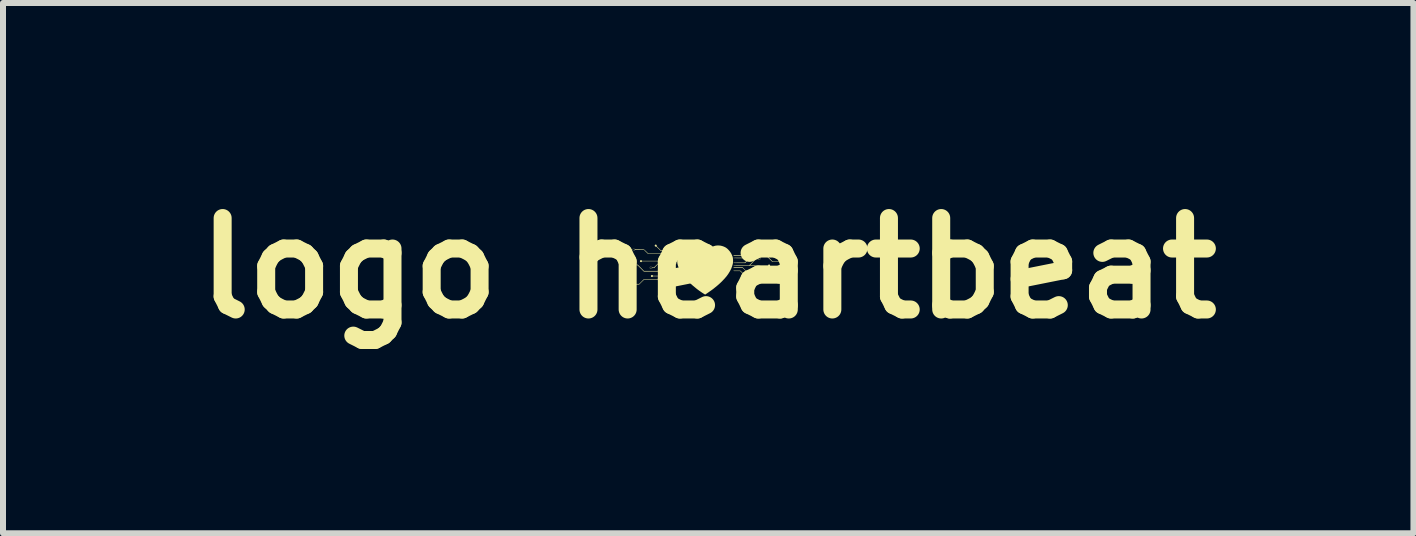
<source format=kicad_pcb>
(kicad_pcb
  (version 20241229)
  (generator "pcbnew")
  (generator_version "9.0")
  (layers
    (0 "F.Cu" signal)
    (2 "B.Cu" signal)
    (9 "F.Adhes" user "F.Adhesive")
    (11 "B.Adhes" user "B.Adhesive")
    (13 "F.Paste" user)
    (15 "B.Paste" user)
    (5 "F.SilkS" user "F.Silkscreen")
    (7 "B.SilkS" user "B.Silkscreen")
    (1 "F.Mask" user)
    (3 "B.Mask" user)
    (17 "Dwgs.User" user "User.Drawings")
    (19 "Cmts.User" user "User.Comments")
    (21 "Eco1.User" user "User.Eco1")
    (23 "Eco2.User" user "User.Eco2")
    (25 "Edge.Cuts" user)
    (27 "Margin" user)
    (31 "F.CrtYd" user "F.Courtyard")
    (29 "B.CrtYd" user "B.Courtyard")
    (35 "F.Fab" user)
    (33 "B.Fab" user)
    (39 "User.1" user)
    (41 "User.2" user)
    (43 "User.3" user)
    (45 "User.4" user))
  (footprint "logo heartbeat"
    (layer "F.Cu")
    (at 8.752 1.418)
    (property "Reference" "logo heartbeat" (at 0 0 0) (layer "F.SilkS") (effects (font (size 1.524 1.524) (thickness 0.3))))
    (attr board_only exclude_from_pos_files exclude_from_bom)
    (fp_poly (pts (xy -0.589 0.005) (xy -0.57 0.005) (xy -0.555 0.005) (xy -0.544 0.005) (xy -0.536 0.006) (xy -0.531 0.006) (xy -0.528 0.007) (xy -0.526 0.008) (xy -0.526 0.009) (xy -0.526 0.01) (xy -0.528 0.01) (xy -0.532 0.011) (xy -0.538 0.012) (xy -0.547 0.012) (xy -0.559 0.012) (xy -0.574 0.012) (xy -0.594 0.012) (xy -0.609 0.012) (xy -0.693 0.012) (xy -0.754 0.074) (xy -0.816 0.136) (xy -0.918 0.136) (xy -0.925 0.142) (xy -0.932 0.147) (xy -0.941 0.148) (xy -0.949 0.145) (xy -0.951 0.143) (xy -0.955 0.135) (xy -0.955 0.127) (xy -0.95 0.12) (xy -0.942 0.115) (xy -0.934 0.114) (xy -0.927 0.119) (xy -0.925 0.121) (xy -0.919 0.128) (xy -0.821 0.128) (xy -0.759 0.067) (xy -0.743 0.051) (xy -0.738 0.051) (xy -0.737 0.052) (xy -0.736 0.051) (xy -0.737 0.049) (xy -0.738 0.051) (xy -0.743 0.051) (xy -0.698 0.005) (xy -0.612 0.005)) (stroke (width 0) (type solid)) (fill yes) (layer "F.SilkS"))
    (fp_poly (pts (xy -0.867 -0.39) (xy -0.861 -0.385) (xy -0.858 -0.377) (xy -0.858 -0.372) (xy -0.858 -0.369) (xy -0.857 -0.366) (xy -0.855 -0.363) (xy -0.852 -0.358) (xy -0.845 -0.351) (xy -0.837 -0.342) (xy -0.825 -0.331) (xy -0.791 -0.296) (xy -0.725 -0.296) (xy -0.638 -0.21) (xy -0.582 -0.21) (xy -0.564 -0.21) (xy -0.55 -0.21) (xy -0.54 -0.209) (xy -0.533 -0.209) (xy -0.529 -0.208) (xy -0.527 -0.207) (xy -0.526 -0.206) (xy -0.526 -0.206) (xy -0.527 -0.205) (xy -0.529 -0.204) (xy -0.533 -0.203) (xy -0.54 -0.203) (xy -0.55 -0.203) (xy -0.563 -0.203) (xy -0.581 -0.202) (xy -0.584 -0.202) (xy -0.642 -0.202) (xy -0.729 -0.289) (xy -0.794 -0.289) (xy -0.829 -0.324) (xy -0.841 -0.336) (xy -0.851 -0.345) (xy -0.857 -0.352) (xy -0.862 -0.356) (xy -0.866 -0.358) (xy -0.869 -0.359) (xy -0.872 -0.359) (xy -0.88 -0.359) (xy -0.885 -0.362) (xy -0.89 -0.367) (xy -0.892 -0.374) (xy -0.89 -0.382) (xy -0.885 -0.388) (xy -0.879 -0.392) (xy -0.874 -0.393)) (stroke (width 0) (type solid)) (fill yes) (layer "F.SilkS"))
    (fp_poly (pts (xy 0.623 0.128) (xy 0.688 0.128) (xy 0.723 0.164) (xy 0.735 0.176) (xy 0.744 0.185) (xy 0.751 0.191) (xy 0.756 0.195) (xy 0.76 0.197) (xy 0.763 0.198) (xy 0.766 0.198) (xy 0.775 0.199) (xy 0.781 0.203) (xy 0.785 0.21) (xy 0.785 0.214) (xy 0.783 0.222) (xy 0.778 0.229) (xy 0.772 0.232) (xy 0.764 0.231) (xy 0.757 0.227) (xy 0.756 0.225) (xy 0.752 0.218) (xy 0.752 0.212) (xy 0.752 0.209) (xy 0.751 0.206) (xy 0.749 0.202) (xy 0.745 0.197) (xy 0.739 0.19) (xy 0.73 0.181) (xy 0.719 0.17) (xy 0.685 0.136) (xy 0.619 0.136) (xy 0.532 0.049) (xy 0.476 0.049) (xy 0.458 0.049) (xy 0.444 0.049) (xy 0.434 0.049) (xy 0.427 0.048) (xy 0.423 0.048) (xy 0.42 0.047) (xy 0.42 0.046) (xy 0.42 0.046) (xy 0.42 0.044) (xy 0.422 0.044) (xy 0.427 0.043) (xy 0.433 0.042) (xy 0.443 0.042) (xy 0.457 0.042) (xy 0.475 0.042) (xy 0.478 0.042) (xy 0.536 0.042)) (stroke (width 0) (type solid)) (fill yes) (layer "F.SilkS"))
    (fp_poly (pts (xy 0.84 -0.307) (xy 0.846 -0.302) (xy 0.849 -0.295) (xy 0.849 -0.292) (xy 0.847 -0.285) (xy 0.842 -0.279) (xy 0.835 -0.275) (xy 0.831 -0.274) (xy 0.825 -0.276) (xy 0.819 -0.281) (xy 0.813 -0.289) (xy 0.715 -0.289) (xy 0.653 -0.227) (xy 0.591 -0.165) (xy 0.506 -0.165) (xy 0.483 -0.165) (xy 0.464 -0.166) (xy 0.449 -0.166) (xy 0.438 -0.166) (xy 0.43 -0.166) (xy 0.425 -0.167) (xy 0.422 -0.167) (xy 0.42 -0.168) (xy 0.42 -0.169) (xy 0.42 -0.17) (xy 0.422 -0.171) (xy 0.426 -0.172) (xy 0.432 -0.172) (xy 0.441 -0.172) (xy 0.452 -0.173) (xy 0.468 -0.173) (xy 0.488 -0.173) (xy 0.503 -0.173) (xy 0.587 -0.173) (xy 0.625 -0.211) (xy 0.63 -0.211) (xy 0.631 -0.21) (xy 0.632 -0.211) (xy 0.631 -0.212) (xy 0.63 -0.211) (xy 0.625 -0.211) (xy 0.648 -0.235) (xy 0.672 -0.258) (xy 0.677 -0.258) (xy 0.678 -0.257) (xy 0.679 -0.258) (xy 0.678 -0.259) (xy 0.677 -0.258) (xy 0.672 -0.258) (xy 0.71 -0.296) (xy 0.813 -0.296) (xy 0.818 -0.302) (xy 0.824 -0.307) (xy 0.832 -0.309)) (stroke (width 0) (type solid)) (fill yes) (layer "F.SilkS"))
    (fp_poly (pts (xy -0.598 -0.077) (xy -0.578 -0.076) (xy -0.562 -0.076) (xy -0.549 -0.076) (xy -0.54 -0.076) (xy -0.534 -0.075) (xy -0.529 -0.075) (xy -0.527 -0.074) (xy -0.526 -0.073) (xy -0.526 -0.073) (xy -0.526 -0.072) (xy -0.528 -0.071) (xy -0.532 -0.07) (xy -0.538 -0.07) (xy -0.546 -0.07) (xy -0.558 -0.069) (xy -0.573 -0.069) (xy -0.593 -0.069) (xy -0.615 -0.069) (xy -0.636 -0.069) (xy -0.656 -0.069) (xy -0.673 -0.069) (xy -0.687 -0.069) (xy -0.699 -0.069) (xy -0.707 -0.069) (xy -0.71 -0.069) (xy -0.713 -0.068) (xy -0.719 -0.063) (xy -0.727 -0.055) (xy -0.739 -0.044) (xy -0.754 -0.03) (xy -0.772 -0.012) (xy -0.778 -0.006) (xy -0.841 0.057) (xy -1.073 0.057) (xy -1.126 0.004) (xy -1.179 -0.049) (xy -1.324 -0.049) (xy -1.331 -0.042) (xy -1.339 -0.036) (xy -1.347 -0.035) (xy -1.354 -0.038) (xy -1.356 -0.04) (xy -1.36 -0.047) (xy -1.36 -0.055) (xy -1.358 -0.063) (xy -1.356 -0.065) (xy -1.349 -0.069) (xy -1.34 -0.069) (xy -1.333 -0.065) (xy -1.331 -0.063) (xy -1.325 -0.057) (xy -1.25 -0.057) (xy -1.174 -0.057) (xy -1.122 -0.005) (xy -1.071 0.047) (xy -0.843 0.047) (xy -0.782 -0.015) (xy -0.72 -0.077) (xy -0.623 -0.077)) (stroke (width 0) (type solid)) (fill yes) (layer "F.SilkS"))
    (fp_poly (pts (xy 0.486 -0.015) (xy 0.496 -0.015) (xy 0.572 -0.015) (xy 0.616 0.03) (xy 0.661 0.074) (xy 0.895 0.074) (xy 0.964 0.143) (xy 1.04 0.143) (xy 1.064 0.143) (xy 1.083 0.143) (xy 1.098 0.143) (xy 1.109 0.142) (xy 1.115 0.141) (xy 1.116 0.141) (xy 1.118 0.136) (xy 1.124 0.132) (xy 1.131 0.129) (xy 1.134 0.128) (xy 1.143 0.13) (xy 1.15 0.136) (xy 1.153 0.143) (xy 1.154 0.151) (xy 1.15 0.159) (xy 1.147 0.162) (xy 1.139 0.167) (xy 1.131 0.167) (xy 1.122 0.162) (xy 1.121 0.16) (xy 1.113 0.153) (xy 0.964 0.153) (xy 0.959 0.148) (xy 1.118 0.148) (xy 1.12 0.156) (xy 1.125 0.162) (xy 1.132 0.165) (xy 1.14 0.164) (xy 1.146 0.16) (xy 1.15 0.154) (xy 1.15 0.146) (xy 1.148 0.138) (xy 1.142 0.133) (xy 1.135 0.131) (xy 1.135 0.131) (xy 1.127 0.133) (xy 1.121 0.139) (xy 1.118 0.147) (xy 1.118 0.148) (xy 0.959 0.148) (xy 0.927 0.117) (xy 0.891 0.081) (xy 0.658 0.081) (xy 0.572 -0.005) (xy 0.496 -0.005) (xy 0.474 -0.005) (xy 0.457 -0.005) (xy 0.444 -0.005) (xy 0.435 -0.005) (xy 0.428 -0.006) (xy 0.424 -0.006) (xy 0.421 -0.007) (xy 0.42 -0.008) (xy 0.42 -0.009) (xy 0.42 -0.01) (xy 0.42 -0.011) (xy 0.421 -0.012) (xy 0.423 -0.013) (xy 0.426 -0.014) (xy 0.432 -0.014) (xy 0.44 -0.015) (xy 0.451 -0.015) (xy 0.466 -0.015)) (stroke (width 0) (type solid)) (fill yes) (layer "F.SilkS"))
    (fp_poly (pts (xy 0.967 -0.217) (xy 1.02 -0.164) (xy 1.073 -0.111) (xy 1.218 -0.111) (xy 1.225 -0.119) (xy 1.233 -0.124) (xy 1.241 -0.126) (xy 1.248 -0.122) (xy 1.25 -0.121) (xy 1.253 -0.114) (xy 1.254 -0.106) (xy 1.252 -0.099) (xy 1.25 -0.095) (xy 1.244 -0.092) (xy 1.236 -0.092) (xy 1.229 -0.093) (xy 1.224 -0.097) (xy 1.223 -0.1) (xy 1.247 -0.1) (xy 1.248 -0.099) (xy 1.25 -0.1) (xy 1.248 -0.101) (xy 1.247 -0.1) (xy 1.223 -0.1) (xy 1.222 -0.101) (xy 1.22 -0.102) (xy 1.213 -0.103) (xy 1.202 -0.103) (xy 1.187 -0.103) (xy 1.17 -0.104) (xy 1.149 -0.104) (xy 1.145 -0.104) (xy 1.068 -0.104) (xy 1.016 -0.156) (xy 0.964 -0.207) (xy 0.737 -0.207) (xy 0.675 -0.146) (xy 0.614 -0.084) (xy 0.517 -0.084) (xy 0.492 -0.084) (xy 0.472 -0.084) (xy 0.456 -0.084) (xy 0.443 -0.084) (xy 0.434 -0.085) (xy 0.427 -0.085) (xy 0.423 -0.086) (xy 0.421 -0.086) (xy 0.42 -0.087) (xy 0.42 -0.088) (xy 0.42 -0.089) (xy 0.422 -0.089) (xy 0.426 -0.09) (xy 0.432 -0.091) (xy 0.44 -0.091) (xy 0.452 -0.091) (xy 0.467 -0.091) (xy 0.487 -0.092) (xy 0.509 -0.092) (xy 0.53 -0.092) (xy 0.549 -0.092) (xy 0.567 -0.092) (xy 0.581 -0.092) (xy 0.593 -0.092) (xy 0.6 -0.092) (xy 0.604 -0.092) (xy 0.607 -0.093) (xy 0.613 -0.097) (xy 0.621 -0.105) (xy 0.633 -0.116) (xy 0.648 -0.131) (xy 0.666 -0.149) (xy 0.672 -0.154) (xy 0.735 -0.217)) (stroke (width 0) (type solid)) (fill yes) (layer "F.SilkS"))
    (fp_poly (pts (xy -1.229 -0.323) (xy -1.227 -0.321) (xy -1.219 -0.313) (xy -1.148 -0.314) (xy -1.13 -0.313) (xy -1.113 -0.313) (xy -1.098 -0.313) (xy -1.085 -0.313) (xy -1.076 -0.312) (xy -1.072 -0.312) (xy -1.071 -0.311) (xy -1.068 -0.309) (xy -1.062 -0.304) (xy -1.053 -0.296) (xy -1.043 -0.287) (xy -1.032 -0.276) (xy -1.032 -0.276) (xy -0.998 -0.242) (xy -0.881 -0.242) (xy -0.853 -0.242) (xy -0.829 -0.242) (xy -0.81 -0.242) (xy -0.795 -0.242) (xy -0.783 -0.241) (xy -0.774 -0.241) (xy -0.767 -0.24) (xy -0.763 -0.24) (xy -0.761 -0.239) (xy -0.761 -0.239) (xy -0.759 -0.235) (xy -0.76 -0.233) (xy -0.76 -0.232) (xy -0.759 -0.233) (xy -0.757 -0.232) (xy -0.751 -0.227) (xy -0.744 -0.22) (xy -0.734 -0.211) (xy -0.723 -0.201) (xy -0.717 -0.195) (xy -0.678 -0.156) (xy -0.602 -0.156) (xy -0.581 -0.156) (xy -0.564 -0.155) (xy -0.551 -0.155) (xy -0.541 -0.155) (xy -0.534 -0.155) (xy -0.53 -0.154) (xy -0.527 -0.153) (xy -0.526 -0.152) (xy -0.526 -0.151) (xy -0.526 -0.151) (xy -0.526 -0.149) (xy -0.527 -0.148) (xy -0.529 -0.147) (xy -0.532 -0.147) (xy -0.538 -0.146) (xy -0.546 -0.146) (xy -0.558 -0.146) (xy -0.573 -0.146) (xy -0.592 -0.146) (xy -0.602 -0.146) (xy -0.678 -0.146) (xy -0.767 -0.235) (xy -1.001 -0.235) (xy -1.036 -0.269) (xy -1.071 -0.304) (xy -1.146 -0.304) (xy -1.17 -0.304) (xy -1.189 -0.303) (xy -1.204 -0.303) (xy -1.214 -0.302) (xy -1.22 -0.302) (xy -1.222 -0.301) (xy -1.227 -0.294) (xy -1.234 -0.29) (xy -1.24 -0.289) (xy -1.249 -0.291) (xy -1.256 -0.296) (xy -1.259 -0.304) (xy -1.26 -0.309) (xy -1.257 -0.309) (xy -1.255 -0.3) (xy -1.25 -0.294) (xy -1.242 -0.292) (xy -1.234 -0.293) (xy -1.23 -0.296) (xy -1.225 -0.302) (xy -1.224 -0.31) (xy -1.227 -0.317) (xy -1.232 -0.323) (xy -1.239 -0.326) (xy -1.241 -0.326) (xy -1.248 -0.324) (xy -1.254 -0.318) (xy -1.257 -0.31) (xy -1.257 -0.309) (xy -1.26 -0.309) (xy -1.26 -0.312) (xy -1.256 -0.32) (xy -1.253 -0.323) (xy -1.245 -0.328) (xy -1.237 -0.328)) (stroke (width 0) (type solid)) (fill yes) (layer "F.SilkS"))
    (fp_poly (pts (xy 1.202 -0.447) (xy 1.208 -0.442) (xy 1.212 -0.434) (xy 1.212 -0.426) (xy 1.208 -0.418) (xy 1.206 -0.416) (xy 1.198 -0.411) (xy 1.189 -0.41) (xy 1.181 -0.414) (xy 1.178 -0.417) (xy 1.17 -0.425) (xy 1.046 -0.425) (xy 1.006 -0.385) (xy 0.967 -0.346) (xy 0.71 -0.346) (xy 0.703 -0.338) (xy 0.698 -0.334) (xy 0.694 -0.332) (xy 0.693 -0.333) (xy 0.692 -0.333) (xy 0.692 -0.332) (xy 0.691 -0.329) (xy 0.687 -0.324) (xy 0.68 -0.317) (xy 0.671 -0.308) (xy 0.661 -0.297) (xy 0.65 -0.286) (xy 0.639 -0.275) (xy 0.628 -0.264) (xy 0.617 -0.253) (xy 0.608 -0.245) (xy 0.601 -0.238) (xy 0.596 -0.234) (xy 0.594 -0.233) (xy 0.594 -0.233) (xy 0.594 -0.233) (xy 0.593 -0.23) (xy 0.589 -0.226) (xy 0.584 -0.219) (xy 0.584 -0.219) (xy 0.572 -0.207) (xy 0.496 -0.207) (xy 0.474 -0.207) (xy 0.458 -0.207) (xy 0.445 -0.208) (xy 0.435 -0.208) (xy 0.428 -0.208) (xy 0.424 -0.209) (xy 0.421 -0.209) (xy 0.42 -0.21) (xy 0.42 -0.212) (xy 0.42 -0.212) (xy 0.42 -0.214) (xy 0.421 -0.215) (xy 0.423 -0.216) (xy 0.424 -0.216) (xy 0.573 -0.216) (xy 0.574 -0.215) (xy 0.575 -0.216) (xy 0.574 -0.217) (xy 0.573 -0.216) (xy 0.424 -0.216) (xy 0.426 -0.216) (xy 0.432 -0.217) (xy 0.44 -0.217) (xy 0.452 -0.217) (xy 0.467 -0.217) (xy 0.486 -0.217) (xy 0.494 -0.217) (xy 0.569 -0.217) (xy 0.637 -0.285) (xy 0.705 -0.353) (xy 0.964 -0.353) (xy 1.041 -0.429) (xy 1.175 -0.429) (xy 1.177 -0.421) (xy 1.183 -0.415) (xy 1.19 -0.413) (xy 1.197 -0.413) (xy 1.204 -0.418) (xy 1.205 -0.419) (xy 1.208 -0.425) (xy 1.21 -0.43) (xy 1.21 -0.43) (xy 1.208 -0.436) (xy 1.203 -0.441) (xy 1.197 -0.446) (xy 1.193 -0.447) (xy 1.186 -0.445) (xy 1.18 -0.439) (xy 1.176 -0.433) (xy 1.175 -0.429) (xy 1.041 -0.429) (xy 1.044 -0.432) (xy 1.108 -0.432) (xy 1.13 -0.432) (xy 1.148 -0.432) (xy 1.16 -0.433) (xy 1.169 -0.433) (xy 1.173 -0.434) (xy 1.173 -0.435) (xy 1.175 -0.439) (xy 1.18 -0.444) (xy 1.187 -0.448) (xy 1.193 -0.449)) (stroke (width 0) (type solid)) (fill yes) (layer "F.SilkS"))
    (fp_poly (pts (xy 0.194 -0.376) (xy 0.208 -0.374) (xy 0.229 -0.369) (xy 0.249 -0.363) (xy 0.27 -0.354) (xy 0.277 -0.351) (xy 0.29 -0.344) (xy 0.301 -0.337) (xy 0.311 -0.329) (xy 0.322 -0.32) (xy 0.334 -0.308) (xy 0.337 -0.305) (xy 0.361 -0.277) (xy 0.381 -0.247) (xy 0.397 -0.214) (xy 0.408 -0.182) (xy 0.411 -0.166) (xy 0.413 -0.147) (xy 0.414 -0.126) (xy 0.413 -0.105) (xy 0.412 -0.085) (xy 0.409 -0.069) (xy 0.398 -0.03) (xy 0.383 0.01) (xy 0.362 0.051) (xy 0.337 0.092) (xy 0.308 0.133) (xy 0.273 0.174) (xy 0.238 0.211) (xy 0.21 0.239) (xy 0.181 0.266) (xy 0.151 0.292) (xy 0.119 0.318) (xy 0.086 0.345) (xy 0.049 0.372) (xy 0.009 0.4) (xy -0.02 0.42) (xy -0.051 0.441) (xy -0.073 0.428) (xy -0.085 0.42) (xy -0.098 0.412) (xy -0.113 0.402) (xy -0.13 0.39) (xy -0.15 0.376) (xy -0.151 0.376) (xy -0.158 0.37) (xy -0.168 0.363) (xy -0.18 0.354) (xy -0.193 0.344) (xy -0.205 0.334) (xy -0.256 0.292) (xy -0.303 0.25) (xy -0.346 0.208) (xy -0.384 0.167) (xy -0.417 0.125) (xy -0.446 0.084) (xy -0.47 0.043) (xy -0.489 0.002) (xy -0.504 -0.038) (xy -0.513 -0.073) (xy -0.515 -0.088) (xy -0.517 -0.106) (xy -0.517 -0.126) (xy -0.517 -0.131) (xy -0.517 -0.146) (xy -0.516 -0.158) (xy -0.515 -0.169) (xy -0.513 -0.179) (xy -0.511 -0.19) (xy -0.509 -0.195) (xy -0.5 -0.226) (xy -0.488 -0.254) (xy -0.473 -0.278) (xy -0.455 -0.301) (xy -0.453 -0.303) (xy -0.429 -0.326) (xy -0.402 -0.345) (xy -0.372 -0.36) (xy -0.34 -0.37) (xy -0.306 -0.376) (xy -0.288 -0.377) (xy -0.273 -0.377) (xy -0.261 -0.377) (xy -0.25 -0.376) (xy -0.239 -0.375) (xy -0.226 -0.372) (xy -0.195 -0.364) (xy -0.167 -0.354) (xy -0.143 -0.341) (xy -0.119 -0.324) (xy -0.097 -0.303) (xy -0.095 -0.301) (xy -0.086 -0.291) (xy -0.076 -0.279) (xy -0.068 -0.268) (xy -0.063 -0.262) (xy -0.051 -0.244) (xy -0.039 -0.263) (xy -0.028 -0.277) (xy -0.015 -0.293) (xy 0.001 -0.309) (xy 0.016 -0.323) (xy 0.031 -0.335) (xy 0.034 -0.336) (xy 0.064 -0.354) (xy 0.095 -0.367) (xy 0.127 -0.375) (xy 0.161 -0.378)) (stroke (width 0) (type solid)) (fill yes) (layer "F.SilkS"))
    (fp_poly (pts (xy -1.114 -0.132) (xy -1.108 -0.128) (xy -1.107 -0.127) (xy -1.102 -0.121) (xy -0.814 -0.121) (xy -0.77 -0.121) (xy -0.73 -0.121) (xy -0.695 -0.121) (xy -0.664 -0.121) (xy -0.637 -0.121) (xy -0.614 -0.121) (xy -0.594 -0.121) (xy -0.577 -0.12) (xy -0.564 -0.12) (xy -0.552 -0.12) (xy -0.543 -0.12) (xy -0.537 -0.119) (xy -0.532 -0.119) (xy -0.529 -0.119) (xy -0.527 -0.118) (xy -0.526 -0.118) (xy -0.526 -0.117) (xy -0.526 -0.116) (xy -0.528 -0.116) (xy -0.531 -0.115) (xy -0.536 -0.115) (xy -0.544 -0.114) (xy -0.554 -0.114) (xy -0.567 -0.114) (xy -0.584 -0.114) (xy -0.605 -0.114) (xy -0.629 -0.114) (xy -0.658 -0.114) (xy -0.789 -0.114) (xy -0.818 -0.084) (xy -0.828 -0.074) (xy -0.837 -0.066) (xy -0.844 -0.06) (xy -0.849 -0.057) (xy -0.851 -0.056) (xy -0.852 -0.056) (xy -0.851 -0.055) (xy -0.852 -0.053) (xy -0.856 -0.048) (xy -0.862 -0.041) (xy -0.871 -0.032) (xy -0.875 -0.028) (xy -0.9 -0.002) (xy -0.916 -0.002) (xy -0.924 -0.002) (xy -0.93 -0.001) (xy -0.935 0.001) (xy -0.939 0.006) (xy -0.939 0.006) (xy -0.948 0.013) (xy -0.956 0.015) (xy -0.964 0.012) (xy -0.965 0.011) (xy -0.972 0.004) (xy -0.973 -0.002) (xy -0.97 -0.002) (xy -0.966 0.006) (xy -0.964 0.007) (xy -0.958 0.011) (xy -0.954 0.012) (xy -0.948 0.01) (xy -0.947 0.01) (xy -0.942 0.005) (xy -0.939 -0.000079) (xy -0.938 -0.007) (xy -0.94 -0.014) (xy -0.946 -0.02) (xy -0.953 -0.022) (xy -0.96 -0.021) (xy -0.966 -0.017) (xy -0.97 -0.01) (xy -0.97 -0.002) (xy -0.973 -0.002) (xy -0.974 -0.005) (xy -0.973 -0.012) (xy -0.968 -0.02) (xy -0.961 -0.024) (xy -0.953 -0.025) (xy -0.947 -0.023) (xy -0.941 -0.019) (xy -0.937 -0.015) (xy -0.936 -0.012) (xy -0.934 -0.011) (xy -0.928 -0.01) (xy -0.92 -0.01) (xy -0.905 -0.01) (xy -0.853 -0.062) (xy -0.801 -0.114) (xy -1.103 -0.114) (xy -1.106 -0.107) (xy -1.112 -0.102) (xy -1.119 -0.099) (xy -1.126 -0.101) (xy -1.133 -0.105) (xy -1.136 -0.11) (xy -1.111 -0.11) (xy -1.11 -0.109) (xy -1.109 -0.11) (xy -1.11 -0.111) (xy -1.111 -0.11) (xy -1.136 -0.11) (xy -1.137 -0.112) (xy -1.138 -0.119) (xy -1.134 -0.126) (xy -1.129 -0.131) (xy -1.121 -0.133)) (stroke (width 0) (type solid)) (fill yes) (layer "F.SilkS"))
    (fp_poly (pts (xy 0.858 -0.172) (xy 0.859 -0.171) (xy 0.866 -0.164) (xy 0.868 -0.155) (xy 0.866 -0.148) (xy 0.862 -0.141) (xy 0.855 -0.137) (xy 0.847 -0.136) (xy 0.841 -0.137) (xy 0.834 -0.141) (xy 0.83 -0.146) (xy 0.83 -0.148) (xy 0.827 -0.149) (xy 0.822 -0.15) (xy 0.814 -0.151) (xy 0.799 -0.151) (xy 0.695 -0.047) (xy 0.997 -0.047) (xy 0.999 -0.051) (xy 1.003 -0.051) (xy 1.004 -0.049) (xy 1.005 -0.051) (xy 1.004 -0.052) (xy 1.003 -0.051) (xy 0.999 -0.051) (xy 1 -0.053) (xy 1.006 -0.059) (xy 1.013 -0.061) (xy 1.02 -0.06) (xy 1.027 -0.055) (xy 1.031 -0.049) (xy 1.031 -0.041) (xy 1.028 -0.035) (xy 1.022 -0.03) (xy 1.015 -0.028) (xy 1.008 -0.028) (xy 1.001 -0.032) (xy 1.001 -0.033) (xy 0.996 -0.04) (xy 0.708 -0.04) (xy 0.664 -0.04) (xy 0.624 -0.04) (xy 0.589 -0.04) (xy 0.558 -0.04) (xy 0.531 -0.04) (xy 0.508 -0.04) (xy 0.488 -0.04) (xy 0.471 -0.04) (xy 0.457 -0.04) (xy 0.446 -0.041) (xy 0.437 -0.041) (xy 0.431 -0.041) (xy 0.426 -0.042) (xy 0.422 -0.042) (xy 0.421 -0.042) (xy 0.42 -0.043) (xy 0.42 -0.043) (xy 0.42 -0.044) (xy 0.422 -0.045) (xy 0.425 -0.045) (xy 0.43 -0.046) (xy 0.438 -0.046) (xy 0.448 -0.046) (xy 0.461 -0.047) (xy 0.478 -0.047) (xy 0.498 -0.047) (xy 0.523 -0.047) (xy 0.551 -0.047) (xy 0.683 -0.047) (xy 0.722 -0.086) (xy 0.734 -0.098) (xy 0.744 -0.107) (xy 0.753 -0.115) (xy 0.759 -0.121) (xy 0.763 -0.124) (xy 0.764 -0.124) (xy 0.765 -0.124) (xy 0.765 -0.125) (xy 0.766 -0.127) (xy 0.769 -0.132) (xy 0.775 -0.139) (xy 0.778 -0.142) (xy 0.788 -0.152) (xy 0.793 -0.152) (xy 0.794 -0.151) (xy 0.795 -0.152) (xy 0.794 -0.153) (xy 0.793 -0.152) (xy 0.788 -0.152) (xy 0.79 -0.154) (xy 0.832 -0.154) (xy 0.834 -0.146) (xy 0.839 -0.141) (xy 0.847 -0.138) (xy 0.854 -0.14) (xy 0.859 -0.143) (xy 0.863 -0.15) (xy 0.863 -0.158) (xy 0.859 -0.166) (xy 0.857 -0.169) (xy 0.849 -0.172) (xy 0.842 -0.171) (xy 0.836 -0.166) (xy 0.833 -0.158) (xy 0.832 -0.154) (xy 0.79 -0.154) (xy 0.794 -0.158) (xy 0.809 -0.158) (xy 0.818 -0.158) (xy 0.824 -0.159) (xy 0.828 -0.162) (xy 0.833 -0.167) (xy 0.833 -0.167) (xy 0.841 -0.173) (xy 0.849 -0.175)) (stroke (width 0) (type solid)) (fill yes) (layer "F.SilkS"))
    (fp_poly (pts (xy -0.581 0.047) (xy -0.564 0.047) (xy -0.551 0.047) (xy -0.541 0.047) (xy -0.534 0.048) (xy -0.53 0.048) (xy -0.527 0.049) (xy -0.526 0.05) (xy -0.526 0.051) (xy -0.526 0.052) (xy -0.526 0.053) (xy -0.527 0.054) (xy -0.529 0.055) (xy -0.532 0.056) (xy -0.538 0.056) (xy -0.546 0.057) (xy -0.558 0.057) (xy -0.573 0.057) (xy -0.592 0.057) (xy -0.601 0.057) (xy -0.675 0.057) (xy -0.743 0.125) (xy -0.811 0.193) (xy -1.07 0.193) (xy -1.11 0.232) (xy -1.15 0.272) (xy -1.215 0.272) (xy -1.237 0.272) (xy -1.255 0.272) (xy -1.268 0.273) (xy -1.276 0.273) (xy -1.279 0.274) (xy -1.279 0.274) (xy -1.281 0.279) (xy -1.286 0.284) (xy -1.293 0.288) (xy -1.299 0.289) (xy -1.308 0.287) (xy -1.313 0.283) (xy -1.317 0.275) (xy -1.318 0.27) (xy -1.316 0.27) (xy -1.314 0.275) (xy -1.309 0.281) (xy -1.304 0.285) (xy -1.299 0.286) (xy -1.294 0.285) (xy -1.288 0.281) (xy -1.288 0.281) (xy -1.283 0.275) (xy -1.282 0.267) (xy -1.284 0.26) (xy -1.289 0.254) (xy -1.297 0.252) (xy -1.299 0.252) (xy -1.306 0.254) (xy -1.312 0.259) (xy -1.316 0.266) (xy -1.316 0.27) (xy -1.318 0.27) (xy -1.318 0.267) (xy -1.315 0.259) (xy -1.31 0.253) (xy -1.301 0.25) (xy -1.299 0.249) (xy -1.29 0.252) (xy -1.284 0.257) (xy -1.276 0.264) (xy -1.152 0.264) (xy -1.077 0.189) (xy -1.072 0.189) (xy -1.07 0.19) (xy -1.069 0.189) (xy -1.07 0.188) (xy -1.072 0.189) (xy -1.077 0.189) (xy -1.074 0.186) (xy -0.812 0.186) (xy -0.811 0.188) (xy -0.81 0.186) (xy -0.811 0.185) (xy -0.812 0.186) (xy -1.074 0.186) (xy -1.073 0.185) (xy -0.816 0.185) (xy -0.809 0.178) (xy -0.804 0.174) (xy -0.8 0.172) (xy -0.799 0.172) (xy -0.798 0.172) (xy -0.798 0.171) (xy -0.797 0.169) (xy -0.793 0.164) (xy -0.791 0.162) (xy -0.788 0.162) (xy -0.786 0.163) (xy -0.785 0.162) (xy -0.786 0.16) (xy -0.788 0.162) (xy -0.791 0.162) (xy -0.786 0.157) (xy -0.778 0.147) (xy -0.768 0.137) (xy -0.757 0.126) (xy -0.745 0.115) (xy -0.734 0.104) (xy -0.724 0.094) (xy -0.715 0.085) (xy -0.707 0.078) (xy -0.702 0.074) (xy -0.7 0.073) (xy -0.699 0.074) (xy -0.7 0.073) (xy -0.699 0.07) (xy -0.695 0.065) (xy -0.69 0.059) (xy -0.69 0.059) (xy -0.678 0.047) (xy -0.602 0.047)) (stroke (width 0) (type solid)) (fill yes) (layer "F.SilkS")))
  (gr_rect
    (start -3 -3)
    (end 20.504 5.836)
    (stroke (width 0.1) (type default))
    (fill no)
    (layer "Edge.Cuts")))
</source>
